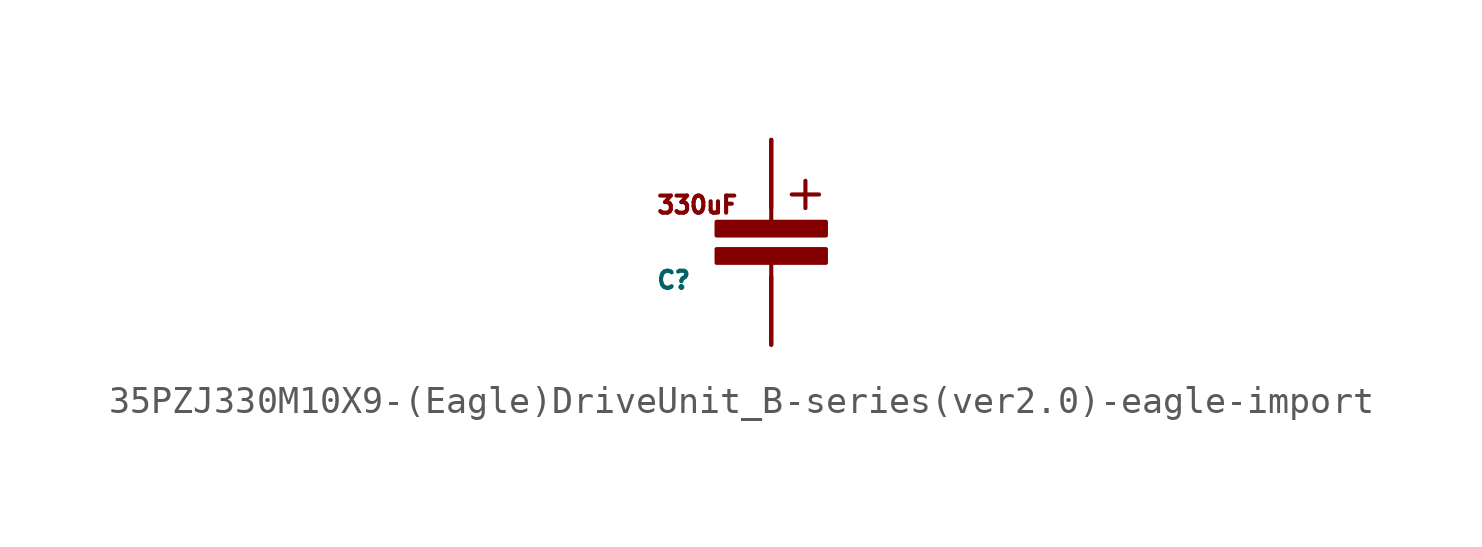
<source format=kicad_sym>
(kicad_symbol_lib
  (version 20220914)
  (generator kicad_symbol_editor)
  (symbol "35PZJ330M10X9-(Eagle)DriveUnit_B-series(ver2.0)-eagle-import"
    (pin_names
      (offset 1.016))
    (property "Reference" "C"
      (at -4.318 -3.048 0)
      (effects (font (size 0.635 0.635)) (justify left bottom)))
    (property "ki_locked" ""
      (at 0 0 0)
      (effects (font (size 1.27 1.27))))
    (symbol "35PZJ330M10X9-(Eagle)DriveUnit_B-series(ver2.0)-eagle-import_1_0"
      (rectangle (start -2.032 -2.032) (end 2.032 -1.524) (stroke (width 0) (type solid)) (fill (type outline)))
      (rectangle (start -2.032 -1.016) (end 2.032 -0.508) (stroke (width 0) (type solid)) (fill (type outline)))
      (polyline (pts (xy 0 -5.08) (xy 0 -2.032)) (stroke (width 0) (type solid)) (fill (type none)))
      (polyline (pts (xy 0 -0.508) (xy 0 2.54)) (stroke (width 0) (type solid)) (fill (type none)))
      (polyline (pts (xy 1.27 1.016) (xy 1.27 0)) (stroke (width 0) (type solid)) (fill (type none)))
      (polyline (pts (xy 1.778 0.508) (xy 0.762 0.508)) (stroke (width 0) (type solid)) (fill (type none)))
      (text "330uF" (at -4.318 -0.254 0) (effects (font (size 0.635 0.635)) (justify left bottom)))
      (pin bidirectional line (at 0 2.54 270) (length 2.54) (name "ANODE" (effects (font (size 0 0)))) (number "A" (effects (font (size 0 0)))))
      (pin bidirectional line (at 0 -5.08 90) (length 2.54) (name "CATHODE" (effects (font (size 0 0)))) (number "C" (effects (font (size 0 0))))))))
</source>
